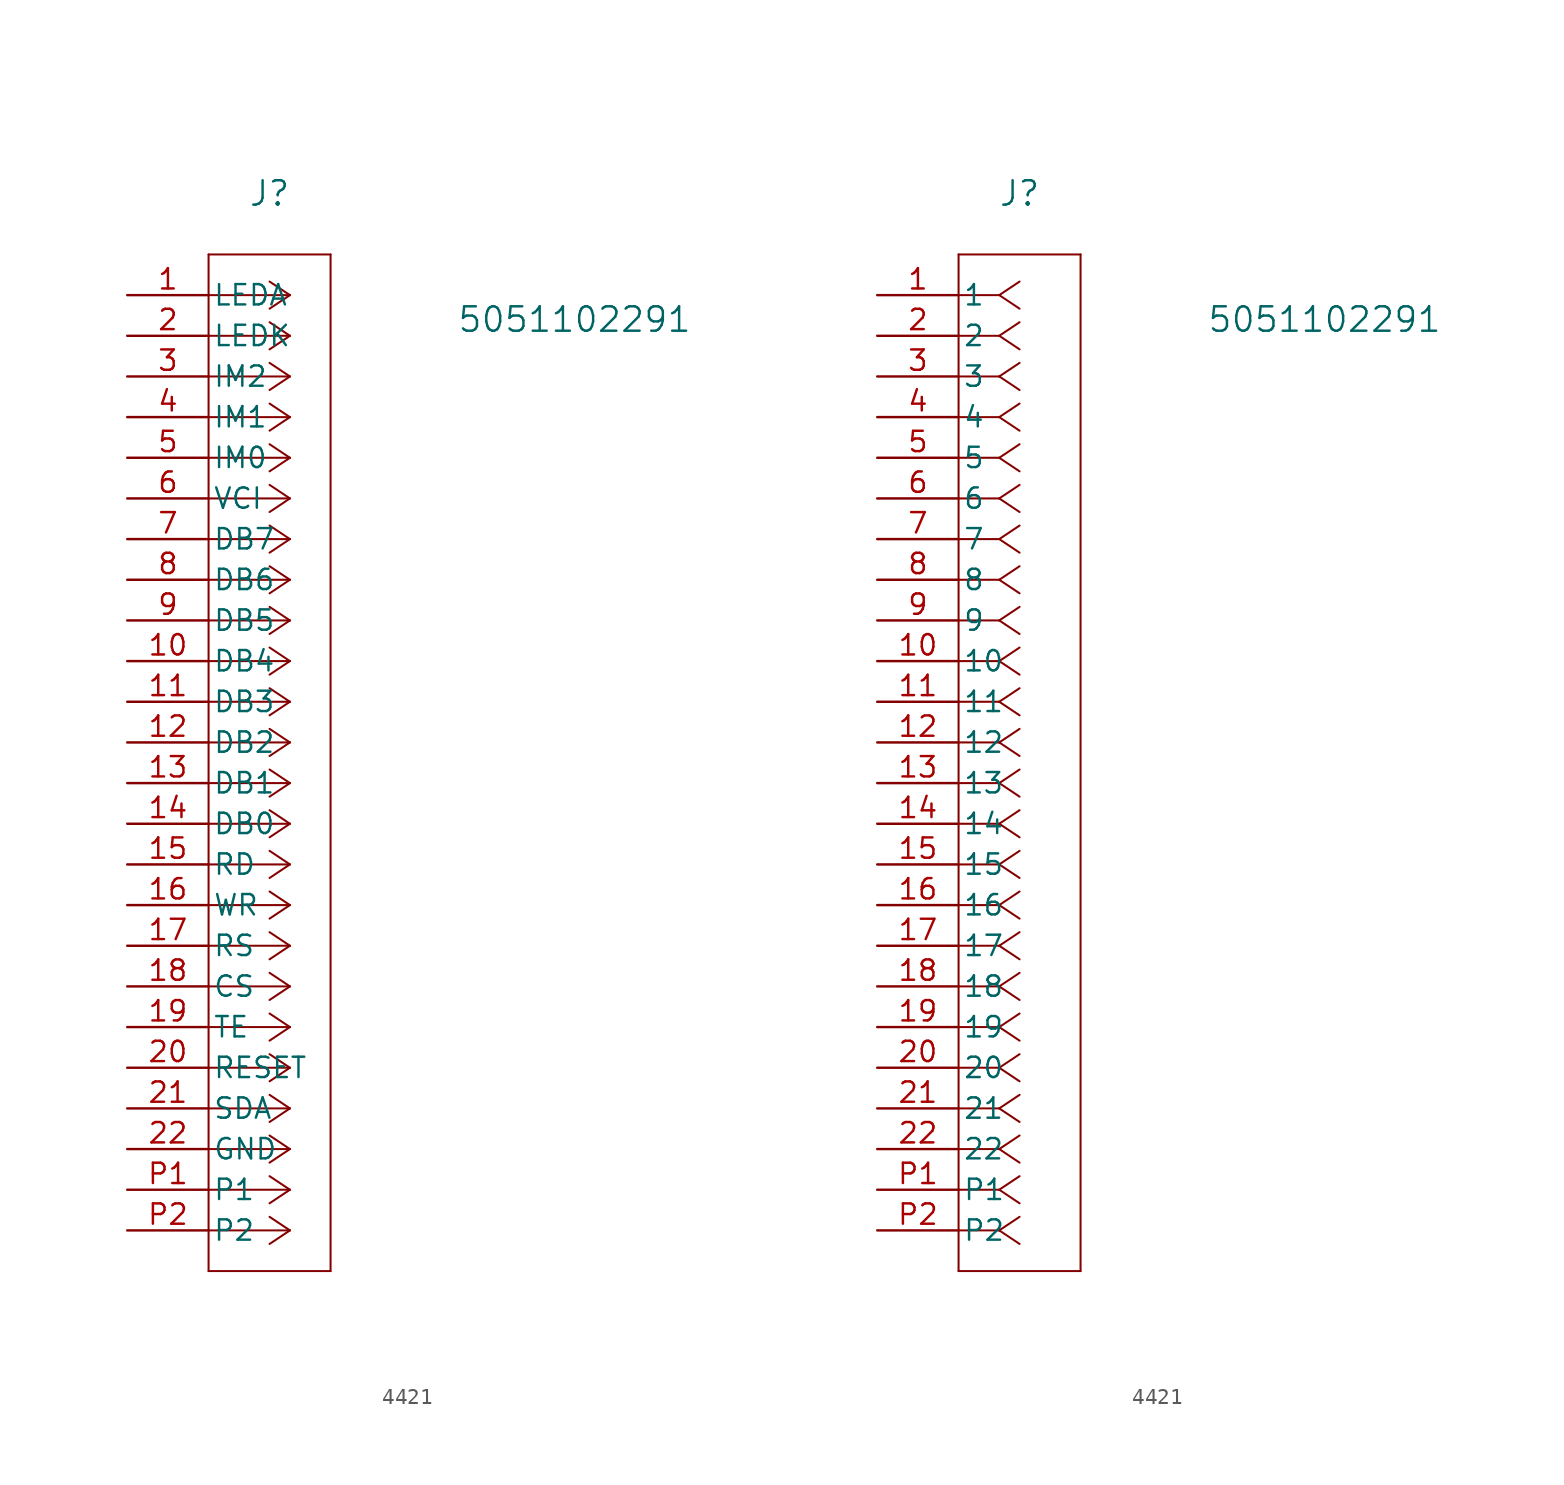
<source format=kicad_sym>
(kicad_symbol_lib
  (version 20231120)
  (generator "kicad_symbol_editor")
  (generator_version "8.0")
  (symbol "4421"
    (pin_names
      (offset 0.254))
    (property "Reference" "J"
      (at 8.89 6.35 0)
      (effects (font (size 1.524 1.524))))
    (property "Value" "5051102291"
      (at 27.94 -1.524 0)
      (effects (font (size 1.524 1.524))))
    (property "ki_locked" ""
      (at 0 0 0)
      (effects (font (size 1.27 1.27))))
    (symbol "4421_1_1"
      (polyline (pts (xy 5.08 -60.96) (xy 12.7 -60.96)) (stroke (width 0.127) (type default)) (fill (type none)))
      (polyline (pts (xy 5.08 2.54) (xy 5.08 -60.96)) (stroke (width 0.127) (type default)) (fill (type none)))
      (polyline (pts (xy 10.16 -58.42) (xy 5.08 -58.42)) (stroke (width 0.127) (type default)) (fill (type none)))
      (polyline (pts (xy 10.16 -58.42) (xy 8.89 -59.267)) (stroke (width 0.127) (type default)) (fill (type none)))
      (polyline (pts (xy 10.16 -58.42) (xy 8.89 -57.573)) (stroke (width 0.127) (type default)) (fill (type none)))
      (polyline (pts (xy 10.16 -55.88) (xy 5.08 -55.88)) (stroke (width 0.127) (type default)) (fill (type none)))
      (polyline (pts (xy 10.16 -55.88) (xy 8.89 -56.727)) (stroke (width 0.127) (type default)) (fill (type none)))
      (polyline (pts (xy 10.16 -55.88) (xy 8.89 -55.033)) (stroke (width 0.127) (type default)) (fill (type none)))
      (polyline (pts (xy 10.16 -53.34) (xy 5.08 -53.34)) (stroke (width 0.127) (type default)) (fill (type none)))
      (polyline (pts (xy 10.16 -53.34) (xy 8.89 -54.187)) (stroke (width 0.127) (type default)) (fill (type none)))
      (polyline (pts (xy 10.16 -53.34) (xy 8.89 -52.493)) (stroke (width 0.127) (type default)) (fill (type none)))
      (polyline (pts (xy 10.16 -50.8) (xy 5.08 -50.8)) (stroke (width 0.127) (type default)) (fill (type none)))
      (polyline (pts (xy 10.16 -50.8) (xy 8.89 -51.647)) (stroke (width 0.127) (type default)) (fill (type none)))
      (polyline (pts (xy 10.16 -50.8) (xy 8.89 -49.953)) (stroke (width 0.127) (type default)) (fill (type none)))
      (polyline (pts (xy 10.16 -48.26) (xy 5.08 -48.26)) (stroke (width 0.127) (type default)) (fill (type none)))
      (polyline (pts (xy 10.16 -48.26) (xy 8.89 -49.107)) (stroke (width 0.127) (type default)) (fill (type none)))
      (polyline (pts (xy 10.16 -48.26) (xy 8.89 -47.413)) (stroke (width 0.127) (type default)) (fill (type none)))
      (polyline (pts (xy 10.16 -45.72) (xy 5.08 -45.72)) (stroke (width 0.127) (type default)) (fill (type none)))
      (polyline (pts (xy 10.16 -45.72) (xy 8.89 -46.567)) (stroke (width 0.127) (type default)) (fill (type none)))
      (polyline (pts (xy 10.16 -45.72) (xy 8.89 -44.873)) (stroke (width 0.127) (type default)) (fill (type none)))
      (polyline (pts (xy 10.16 -43.18) (xy 5.08 -43.18)) (stroke (width 0.127) (type default)) (fill (type none)))
      (polyline (pts (xy 10.16 -43.18) (xy 8.89 -44.027)) (stroke (width 0.127) (type default)) (fill (type none)))
      (polyline (pts (xy 10.16 -43.18) (xy 8.89 -42.333)) (stroke (width 0.127) (type default)) (fill (type none)))
      (polyline (pts (xy 10.16 -40.64) (xy 5.08 -40.64)) (stroke (width 0.127) (type default)) (fill (type none)))
      (polyline (pts (xy 10.16 -40.64) (xy 8.89 -41.487)) (stroke (width 0.127) (type default)) (fill (type none)))
      (polyline (pts (xy 10.16 -40.64) (xy 8.89 -39.793)) (stroke (width 0.127) (type default)) (fill (type none)))
      (polyline (pts (xy 10.16 -38.1) (xy 5.08 -38.1)) (stroke (width 0.127) (type default)) (fill (type none)))
      (polyline (pts (xy 10.16 -38.1) (xy 8.89 -38.947)) (stroke (width 0.127) (type default)) (fill (type none)))
      (polyline (pts (xy 10.16 -38.1) (xy 8.89 -37.253)) (stroke (width 0.127) (type default)) (fill (type none)))
      (polyline (pts (xy 10.16 -35.56) (xy 5.08 -35.56)) (stroke (width 0.127) (type default)) (fill (type none)))
      (polyline (pts (xy 10.16 -35.56) (xy 8.89 -36.407)) (stroke (width 0.127) (type default)) (fill (type none)))
      (polyline (pts (xy 10.16 -35.56) (xy 8.89 -34.713)) (stroke (width 0.127) (type default)) (fill (type none)))
      (polyline (pts (xy 10.16 -33.02) (xy 5.08 -33.02)) (stroke (width 0.127) (type default)) (fill (type none)))
      (polyline (pts (xy 10.16 -33.02) (xy 8.89 -33.867)) (stroke (width 0.127) (type default)) (fill (type none)))
      (polyline (pts (xy 10.16 -33.02) (xy 8.89 -32.173)) (stroke (width 0.127) (type default)) (fill (type none)))
      (polyline (pts (xy 10.16 -30.48) (xy 5.08 -30.48)) (stroke (width 0.127) (type default)) (fill (type none)))
      (polyline (pts (xy 10.16 -30.48) (xy 8.89 -31.327)) (stroke (width 0.127) (type default)) (fill (type none)))
      (polyline (pts (xy 10.16 -30.48) (xy 8.89 -29.633)) (stroke (width 0.127) (type default)) (fill (type none)))
      (polyline (pts (xy 10.16 -27.94) (xy 5.08 -27.94)) (stroke (width 0.127) (type default)) (fill (type none)))
      (polyline (pts (xy 10.16 -27.94) (xy 8.89 -28.787)) (stroke (width 0.127) (type default)) (fill (type none)))
      (polyline (pts (xy 10.16 -27.94) (xy 8.89 -27.093)) (stroke (width 0.127) (type default)) (fill (type none)))
      (polyline (pts (xy 10.16 -25.4) (xy 5.08 -25.4)) (stroke (width 0.127) (type default)) (fill (type none)))
      (polyline (pts (xy 10.16 -25.4) (xy 8.89 -26.247)) (stroke (width 0.127) (type default)) (fill (type none)))
      (polyline (pts (xy 10.16 -25.4) (xy 8.89 -24.553)) (stroke (width 0.127) (type default)) (fill (type none)))
      (polyline (pts (xy 10.16 -22.86) (xy 5.08 -22.86)) (stroke (width 0.127) (type default)) (fill (type none)))
      (polyline (pts (xy 10.16 -22.86) (xy 8.89 -23.707)) (stroke (width 0.127) (type default)) (fill (type none)))
      (polyline (pts (xy 10.16 -22.86) (xy 8.89 -22.013)) (stroke (width 0.127) (type default)) (fill (type none)))
      (polyline (pts (xy 10.16 -20.32) (xy 5.08 -20.32)) (stroke (width 0.127) (type default)) (fill (type none)))
      (polyline (pts (xy 10.16 -20.32) (xy 8.89 -21.167)) (stroke (width 0.127) (type default)) (fill (type none)))
      (polyline (pts (xy 10.16 -20.32) (xy 8.89 -19.473)) (stroke (width 0.127) (type default)) (fill (type none)))
      (polyline (pts (xy 10.16 -17.78) (xy 5.08 -17.78)) (stroke (width 0.127) (type default)) (fill (type none)))
      (polyline (pts (xy 10.16 -17.78) (xy 8.89 -18.627)) (stroke (width 0.127) (type default)) (fill (type none)))
      (polyline (pts (xy 10.16 -17.78) (xy 8.89 -16.933)) (stroke (width 0.127) (type default)) (fill (type none)))
      (polyline (pts (xy 10.16 -15.24) (xy 5.08 -15.24)) (stroke (width 0.127) (type default)) (fill (type none)))
      (polyline (pts (xy 10.16 -15.24) (xy 8.89 -16.087)) (stroke (width 0.127) (type default)) (fill (type none)))
      (polyline (pts (xy 10.16 -15.24) (xy 8.89 -14.393)) (stroke (width 0.127) (type default)) (fill (type none)))
      (polyline (pts (xy 10.16 -12.7) (xy 5.08 -12.7)) (stroke (width 0.127) (type default)) (fill (type none)))
      (polyline (pts (xy 10.16 -12.7) (xy 8.89 -13.547)) (stroke (width 0.127) (type default)) (fill (type none)))
      (polyline (pts (xy 10.16 -12.7) (xy 8.89 -11.853)) (stroke (width 0.127) (type default)) (fill (type none)))
      (polyline (pts (xy 10.16 -10.16) (xy 5.08 -10.16)) (stroke (width 0.127) (type default)) (fill (type none)))
      (polyline (pts (xy 10.16 -10.16) (xy 8.89 -11.007)) (stroke (width 0.127) (type default)) (fill (type none)))
      (polyline (pts (xy 10.16 -10.16) (xy 8.89 -9.313)) (stroke (width 0.127) (type default)) (fill (type none)))
      (polyline (pts (xy 10.16 -7.62) (xy 5.08 -7.62)) (stroke (width 0.127) (type default)) (fill (type none)))
      (polyline (pts (xy 10.16 -7.62) (xy 8.89 -8.467)) (stroke (width 0.127) (type default)) (fill (type none)))
      (polyline (pts (xy 10.16 -7.62) (xy 8.89 -6.773)) (stroke (width 0.127) (type default)) (fill (type none)))
      (polyline (pts (xy 10.16 -5.08) (xy 5.08 -5.08)) (stroke (width 0.127) (type default)) (fill (type none)))
      (polyline (pts (xy 10.16 -5.08) (xy 8.89 -5.927)) (stroke (width 0.127) (type default)) (fill (type none)))
      (polyline (pts (xy 10.16 -5.08) (xy 8.89 -4.233)) (stroke (width 0.127) (type default)) (fill (type none)))
      (polyline (pts (xy 10.16 -2.54) (xy 5.08 -2.54)) (stroke (width 0.127) (type default)) (fill (type none)))
      (polyline (pts (xy 10.16 -2.54) (xy 8.89 -3.387)) (stroke (width 0.127) (type default)) (fill (type none)))
      (polyline (pts (xy 10.16 -2.54) (xy 8.89 -1.693)) (stroke (width 0.127) (type default)) (fill (type none)))
      (polyline (pts (xy 10.16 0) (xy 5.08 0)) (stroke (width 0.127) (type default)) (fill (type none)))
      (polyline (pts (xy 10.16 0) (xy 8.89 -0.847)) (stroke (width 0.127) (type default)) (fill (type none)))
      (polyline (pts (xy 10.16 0) (xy 8.89 0.847)) (stroke (width 0.127) (type default)) (fill (type none)))
      (polyline (pts (xy 12.7 -60.96) (xy 12.7 2.54)) (stroke (width 0.127) (type default)) (fill (type none)))
      (polyline (pts (xy 12.7 2.54) (xy 5.08 2.54)) (stroke (width 0.127) (type default)) (fill (type none)))
      (pin passive line (at 0 0 0) (length 5.08) (name "LEDA" (effects (font (size 1.27 1.27)))) (number "1" (effects (font (size 1.27 1.27)))))
      (pin bidirectional line (at 0 -22.86 0) (length 5.08) (name "DB4" (effects (font (size 1.27 1.27)))) (number "10" (effects (font (size 1.27 1.27)))))
      (pin bidirectional line (at 0 -25.4 0) (length 5.08) (name "DB3" (effects (font (size 1.27 1.27)))) (number "11" (effects (font (size 1.27 1.27)))))
      (pin bidirectional line (at 0 -27.94 0) (length 5.08) (name "DB2" (effects (font (size 1.27 1.27)))) (number "12" (effects (font (size 1.27 1.27)))))
      (pin bidirectional line (at 0 -30.48 0) (length 5.08) (name "DB1" (effects (font (size 1.27 1.27)))) (number "13" (effects (font (size 1.27 1.27)))))
      (pin bidirectional line (at 0 -33.02 0) (length 5.08) (name "DB0" (effects (font (size 1.27 1.27)))) (number "14" (effects (font (size 1.27 1.27)))))
      (pin input line (at 0 -35.56 0) (length 5.08) (name "RD" (effects (font (size 1.27 1.27)))) (number "15" (effects (font (size 1.27 1.27)))))
      (pin input line (at 0 -38.1 0) (length 5.08) (name "WR" (effects (font (size 1.27 1.27)))) (number "16" (effects (font (size 1.27 1.27)))))
      (pin input line (at 0 -40.64 0) (length 5.08) (name "RS" (effects (font (size 1.27 1.27)))) (number "17" (effects (font (size 1.27 1.27)))))
      (pin input line (at 0 -43.18 0) (length 5.08) (name "CS" (effects (font (size 1.27 1.27)))) (number "18" (effects (font (size 1.27 1.27)))))
      (pin input line (at 0 -45.72 0) (length 5.08) (name "TE" (effects (font (size 1.27 1.27)))) (number "19" (effects (font (size 1.27 1.27)))))
      (pin passive line (at 0 -2.54 0) (length 5.08) (name "LEDK" (effects (font (size 1.27 1.27)))) (number "2" (effects (font (size 1.27 1.27)))))
      (pin input line (at 0 -48.26 0) (length 5.08) (name "RESET" (effects (font (size 1.27 1.27)))) (number "20" (effects (font (size 1.27 1.27)))))
      (pin bidirectional line (at 0 -50.8 0) (length 5.08) (name "SDA" (effects (font (size 1.27 1.27)))) (number "21" (effects (font (size 1.27 1.27)))))
      (pin power_in line (at 0 -53.34 0) (length 5.08) (name "GND" (effects (font (size 1.27 1.27)))) (number "22" (effects (font (size 1.27 1.27)))))
      (pin input line (at 0 -5.08 0) (length 5.08) (name "IM2" (effects (font (size 1.27 1.27)))) (number "3" (effects (font (size 1.27 1.27)))))
      (pin input line (at 0 -7.62 0) (length 5.08) (name "IM1" (effects (font (size 1.27 1.27)))) (number "4" (effects (font (size 1.27 1.27)))))
      (pin input line (at 0 -10.16 0) (length 5.08) (name "IM0" (effects (font (size 1.27 1.27)))) (number "5" (effects (font (size 1.27 1.27)))))
      (pin power_in line (at 0 -12.7 0) (length 5.08) (name "VCI" (effects (font (size 1.27 1.27)))) (number "6" (effects (font (size 1.27 1.27)))))
      (pin bidirectional line (at 0 -15.24 0) (length 5.08) (name "DB7" (effects (font (size 1.27 1.27)))) (number "7" (effects (font (size 1.27 1.27)))))
      (pin bidirectional line (at 0 -17.78 0) (length 5.08) (name "DB6" (effects (font (size 1.27 1.27)))) (number "8" (effects (font (size 1.27 1.27)))))
      (pin bidirectional line (at 0 -20.32 0) (length 5.08) (name "DB5" (effects (font (size 1.27 1.27)))) (number "9" (effects (font (size 1.27 1.27)))))
      (pin unspecified line (at 0 -55.88 0) (length 5.08) (name "P1" (effects (font (size 1.27 1.27)))) (number "P1" (effects (font (size 1.27 1.27)))))
      (pin unspecified line (at 0 -58.42 0) (length 5.08) (name "P2" (effects (font (size 1.27 1.27)))) (number "P2" (effects (font (size 1.27 1.27))))))
    (symbol "4421_1_2"
      (polyline (pts (xy 5.08 -60.96) (xy 12.7 -60.96)) (stroke (width 0.127) (type default)) (fill (type none)))
      (polyline (pts (xy 5.08 2.54) (xy 5.08 -60.96)) (stroke (width 0.127) (type default)) (fill (type none)))
      (polyline (pts (xy 7.62 -58.42) (xy 5.08 -58.42)) (stroke (width 0.127) (type default)) (fill (type none)))
      (polyline (pts (xy 7.62 -58.42) (xy 8.89 -59.267)) (stroke (width 0.127) (type default)) (fill (type none)))
      (polyline (pts (xy 7.62 -58.42) (xy 8.89 -57.573)) (stroke (width 0.127) (type default)) (fill (type none)))
      (polyline (pts (xy 7.62 -55.88) (xy 5.08 -55.88)) (stroke (width 0.127) (type default)) (fill (type none)))
      (polyline (pts (xy 7.62 -55.88) (xy 8.89 -56.727)) (stroke (width 0.127) (type default)) (fill (type none)))
      (polyline (pts (xy 7.62 -55.88) (xy 8.89 -55.033)) (stroke (width 0.127) (type default)) (fill (type none)))
      (polyline (pts (xy 7.62 -53.34) (xy 5.08 -53.34)) (stroke (width 0.127) (type default)) (fill (type none)))
      (polyline (pts (xy 7.62 -53.34) (xy 8.89 -54.187)) (stroke (width 0.127) (type default)) (fill (type none)))
      (polyline (pts (xy 7.62 -53.34) (xy 8.89 -52.493)) (stroke (width 0.127) (type default)) (fill (type none)))
      (polyline (pts (xy 7.62 -50.8) (xy 5.08 -50.8)) (stroke (width 0.127) (type default)) (fill (type none)))
      (polyline (pts (xy 7.62 -50.8) (xy 8.89 -51.647)) (stroke (width 0.127) (type default)) (fill (type none)))
      (polyline (pts (xy 7.62 -50.8) (xy 8.89 -49.953)) (stroke (width 0.127) (type default)) (fill (type none)))
      (polyline (pts (xy 7.62 -48.26) (xy 5.08 -48.26)) (stroke (width 0.127) (type default)) (fill (type none)))
      (polyline (pts (xy 7.62 -48.26) (xy 8.89 -49.107)) (stroke (width 0.127) (type default)) (fill (type none)))
      (polyline (pts (xy 7.62 -48.26) (xy 8.89 -47.413)) (stroke (width 0.127) (type default)) (fill (type none)))
      (polyline (pts (xy 7.62 -45.72) (xy 5.08 -45.72)) (stroke (width 0.127) (type default)) (fill (type none)))
      (polyline (pts (xy 7.62 -45.72) (xy 8.89 -46.567)) (stroke (width 0.127) (type default)) (fill (type none)))
      (polyline (pts (xy 7.62 -45.72) (xy 8.89 -44.873)) (stroke (width 0.127) (type default)) (fill (type none)))
      (polyline (pts (xy 7.62 -43.18) (xy 5.08 -43.18)) (stroke (width 0.127) (type default)) (fill (type none)))
      (polyline (pts (xy 7.62 -43.18) (xy 8.89 -44.027)) (stroke (width 0.127) (type default)) (fill (type none)))
      (polyline (pts (xy 7.62 -43.18) (xy 8.89 -42.333)) (stroke (width 0.127) (type default)) (fill (type none)))
      (polyline (pts (xy 7.62 -40.64) (xy 5.08 -40.64)) (stroke (width 0.127) (type default)) (fill (type none)))
      (polyline (pts (xy 7.62 -40.64) (xy 8.89 -41.487)) (stroke (width 0.127) (type default)) (fill (type none)))
      (polyline (pts (xy 7.62 -40.64) (xy 8.89 -39.793)) (stroke (width 0.127) (type default)) (fill (type none)))
      (polyline (pts (xy 7.62 -38.1) (xy 5.08 -38.1)) (stroke (width 0.127) (type default)) (fill (type none)))
      (polyline (pts (xy 7.62 -38.1) (xy 8.89 -38.947)) (stroke (width 0.127) (type default)) (fill (type none)))
      (polyline (pts (xy 7.62 -38.1) (xy 8.89 -37.253)) (stroke (width 0.127) (type default)) (fill (type none)))
      (polyline (pts (xy 7.62 -35.56) (xy 5.08 -35.56)) (stroke (width 0.127) (type default)) (fill (type none)))
      (polyline (pts (xy 7.62 -35.56) (xy 8.89 -36.407)) (stroke (width 0.127) (type default)) (fill (type none)))
      (polyline (pts (xy 7.62 -35.56) (xy 8.89 -34.713)) (stroke (width 0.127) (type default)) (fill (type none)))
      (polyline (pts (xy 7.62 -33.02) (xy 5.08 -33.02)) (stroke (width 0.127) (type default)) (fill (type none)))
      (polyline (pts (xy 7.62 -33.02) (xy 8.89 -33.867)) (stroke (width 0.127) (type default)) (fill (type none)))
      (polyline (pts (xy 7.62 -33.02) (xy 8.89 -32.173)) (stroke (width 0.127) (type default)) (fill (type none)))
      (polyline (pts (xy 7.62 -30.48) (xy 5.08 -30.48)) (stroke (width 0.127) (type default)) (fill (type none)))
      (polyline (pts (xy 7.62 -30.48) (xy 8.89 -31.327)) (stroke (width 0.127) (type default)) (fill (type none)))
      (polyline (pts (xy 7.62 -30.48) (xy 8.89 -29.633)) (stroke (width 0.127) (type default)) (fill (type none)))
      (polyline (pts (xy 7.62 -27.94) (xy 5.08 -27.94)) (stroke (width 0.127) (type default)) (fill (type none)))
      (polyline (pts (xy 7.62 -27.94) (xy 8.89 -28.787)) (stroke (width 0.127) (type default)) (fill (type none)))
      (polyline (pts (xy 7.62 -27.94) (xy 8.89 -27.093)) (stroke (width 0.127) (type default)) (fill (type none)))
      (polyline (pts (xy 7.62 -25.4) (xy 5.08 -25.4)) (stroke (width 0.127) (type default)) (fill (type none)))
      (polyline (pts (xy 7.62 -25.4) (xy 8.89 -26.247)) (stroke (width 0.127) (type default)) (fill (type none)))
      (polyline (pts (xy 7.62 -25.4) (xy 8.89 -24.553)) (stroke (width 0.127) (type default)) (fill (type none)))
      (polyline (pts (xy 7.62 -22.86) (xy 5.08 -22.86)) (stroke (width 0.127) (type default)) (fill (type none)))
      (polyline (pts (xy 7.62 -22.86) (xy 8.89 -23.707)) (stroke (width 0.127) (type default)) (fill (type none)))
      (polyline (pts (xy 7.62 -22.86) (xy 8.89 -22.013)) (stroke (width 0.127) (type default)) (fill (type none)))
      (polyline (pts (xy 7.62 -20.32) (xy 5.08 -20.32)) (stroke (width 0.127) (type default)) (fill (type none)))
      (polyline (pts (xy 7.62 -20.32) (xy 8.89 -21.167)) (stroke (width 0.127) (type default)) (fill (type none)))
      (polyline (pts (xy 7.62 -20.32) (xy 8.89 -19.473)) (stroke (width 0.127) (type default)) (fill (type none)))
      (polyline (pts (xy 7.62 -17.78) (xy 5.08 -17.78)) (stroke (width 0.127) (type default)) (fill (type none)))
      (polyline (pts (xy 7.62 -17.78) (xy 8.89 -18.627)) (stroke (width 0.127) (type default)) (fill (type none)))
      (polyline (pts (xy 7.62 -17.78) (xy 8.89 -16.933)) (stroke (width 0.127) (type default)) (fill (type none)))
      (polyline (pts (xy 7.62 -15.24) (xy 5.08 -15.24)) (stroke (width 0.127) (type default)) (fill (type none)))
      (polyline (pts (xy 7.62 -15.24) (xy 8.89 -16.087)) (stroke (width 0.127) (type default)) (fill (type none)))
      (polyline (pts (xy 7.62 -15.24) (xy 8.89 -14.393)) (stroke (width 0.127) (type default)) (fill (type none)))
      (polyline (pts (xy 7.62 -12.7) (xy 5.08 -12.7)) (stroke (width 0.127) (type default)) (fill (type none)))
      (polyline (pts (xy 7.62 -12.7) (xy 8.89 -13.547)) (stroke (width 0.127) (type default)) (fill (type none)))
      (polyline (pts (xy 7.62 -12.7) (xy 8.89 -11.853)) (stroke (width 0.127) (type default)) (fill (type none)))
      (polyline (pts (xy 7.62 -10.16) (xy 5.08 -10.16)) (stroke (width 0.127) (type default)) (fill (type none)))
      (polyline (pts (xy 7.62 -10.16) (xy 8.89 -11.007)) (stroke (width 0.127) (type default)) (fill (type none)))
      (polyline (pts (xy 7.62 -10.16) (xy 8.89 -9.313)) (stroke (width 0.127) (type default)) (fill (type none)))
      (polyline (pts (xy 7.62 -7.62) (xy 5.08 -7.62)) (stroke (width 0.127) (type default)) (fill (type none)))
      (polyline (pts (xy 7.62 -7.62) (xy 8.89 -8.467)) (stroke (width 0.127) (type default)) (fill (type none)))
      (polyline (pts (xy 7.62 -7.62) (xy 8.89 -6.773)) (stroke (width 0.127) (type default)) (fill (type none)))
      (polyline (pts (xy 7.62 -5.08) (xy 5.08 -5.08)) (stroke (width 0.127) (type default)) (fill (type none)))
      (polyline (pts (xy 7.62 -5.08) (xy 8.89 -5.927)) (stroke (width 0.127) (type default)) (fill (type none)))
      (polyline (pts (xy 7.62 -5.08) (xy 8.89 -4.233)) (stroke (width 0.127) (type default)) (fill (type none)))
      (polyline (pts (xy 7.62 -2.54) (xy 5.08 -2.54)) (stroke (width 0.127) (type default)) (fill (type none)))
      (polyline (pts (xy 7.62 -2.54) (xy 8.89 -3.387)) (stroke (width 0.127) (type default)) (fill (type none)))
      (polyline (pts (xy 7.62 -2.54) (xy 8.89 -1.693)) (stroke (width 0.127) (type default)) (fill (type none)))
      (polyline (pts (xy 7.62 0) (xy 5.08 0)) (stroke (width 0.127) (type default)) (fill (type none)))
      (polyline (pts (xy 7.62 0) (xy 8.89 -0.847)) (stroke (width 0.127) (type default)) (fill (type none)))
      (polyline (pts (xy 7.62 0) (xy 8.89 0.847)) (stroke (width 0.127) (type default)) (fill (type none)))
      (polyline (pts (xy 12.7 -60.96) (xy 12.7 2.54)) (stroke (width 0.127) (type default)) (fill (type none)))
      (polyline (pts (xy 12.7 2.54) (xy 5.08 2.54)) (stroke (width 0.127) (type default)) (fill (type none)))
      (pin unspecified line (at 0 0 0) (length 5.08) (name "1" (effects (font (size 1.27 1.27)))) (number "1" (effects (font (size 1.27 1.27)))))
      (pin unspecified line (at 0 -22.86 0) (length 5.08) (name "10" (effects (font (size 1.27 1.27)))) (number "10" (effects (font (size 1.27 1.27)))))
      (pin unspecified line (at 0 -25.4 0) (length 5.08) (name "11" (effects (font (size 1.27 1.27)))) (number "11" (effects (font (size 1.27 1.27)))))
      (pin unspecified line (at 0 -27.94 0) (length 5.08) (name "12" (effects (font (size 1.27 1.27)))) (number "12" (effects (font (size 1.27 1.27)))))
      (pin unspecified line (at 0 -30.48 0) (length 5.08) (name "13" (effects (font (size 1.27 1.27)))) (number "13" (effects (font (size 1.27 1.27)))))
      (pin unspecified line (at 0 -33.02 0) (length 5.08) (name "14" (effects (font (size 1.27 1.27)))) (number "14" (effects (font (size 1.27 1.27)))))
      (pin unspecified line (at 0 -35.56 0) (length 5.08) (name "15" (effects (font (size 1.27 1.27)))) (number "15" (effects (font (size 1.27 1.27)))))
      (pin unspecified line (at 0 -38.1 0) (length 5.08) (name "16" (effects (font (size 1.27 1.27)))) (number "16" (effects (font (size 1.27 1.27)))))
      (pin unspecified line (at 0 -40.64 0) (length 5.08) (name "17" (effects (font (size 1.27 1.27)))) (number "17" (effects (font (size 1.27 1.27)))))
      (pin unspecified line (at 0 -43.18 0) (length 5.08) (name "18" (effects (font (size 1.27 1.27)))) (number "18" (effects (font (size 1.27 1.27)))))
      (pin unspecified line (at 0 -45.72 0) (length 5.08) (name "19" (effects (font (size 1.27 1.27)))) (number "19" (effects (font (size 1.27 1.27)))))
      (pin unspecified line (at 0 -2.54 0) (length 5.08) (name "2" (effects (font (size 1.27 1.27)))) (number "2" (effects (font (size 1.27 1.27)))))
      (pin unspecified line (at 0 -48.26 0) (length 5.08) (name "20" (effects (font (size 1.27 1.27)))) (number "20" (effects (font (size 1.27 1.27)))))
      (pin unspecified line (at 0 -50.8 0) (length 5.08) (name "21" (effects (font (size 1.27 1.27)))) (number "21" (effects (font (size 1.27 1.27)))))
      (pin unspecified line (at 0 -53.34 0) (length 5.08) (name "22" (effects (font (size 1.27 1.27)))) (number "22" (effects (font (size 1.27 1.27)))))
      (pin unspecified line (at 0 -5.08 0) (length 5.08) (name "3" (effects (font (size 1.27 1.27)))) (number "3" (effects (font (size 1.27 1.27)))))
      (pin unspecified line (at 0 -7.62 0) (length 5.08) (name "4" (effects (font (size 1.27 1.27)))) (number "4" (effects (font (size 1.27 1.27)))))
      (pin unspecified line (at 0 -10.16 0) (length 5.08) (name "5" (effects (font (size 1.27 1.27)))) (number "5" (effects (font (size 1.27 1.27)))))
      (pin unspecified line (at 0 -12.7 0) (length 5.08) (name "6" (effects (font (size 1.27 1.27)))) (number "6" (effects (font (size 1.27 1.27)))))
      (pin unspecified line (at 0 -15.24 0) (length 5.08) (name "7" (effects (font (size 1.27 1.27)))) (number "7" (effects (font (size 1.27 1.27)))))
      (pin unspecified line (at 0 -17.78 0) (length 5.08) (name "8" (effects (font (size 1.27 1.27)))) (number "8" (effects (font (size 1.27 1.27)))))
      (pin unspecified line (at 0 -20.32 0) (length 5.08) (name "9" (effects (font (size 1.27 1.27)))) (number "9" (effects (font (size 1.27 1.27)))))
      (pin unspecified line (at 0 -55.88 0) (length 5.08) (name "P1" (effects (font (size 1.27 1.27)))) (number "P1" (effects (font (size 1.27 1.27)))))
      (pin unspecified line (at 0 -58.42 0) (length 5.08) (name "P2" (effects (font (size 1.27 1.27)))) (number "P2" (effects (font (size 1.27 1.27))))))))
</source>
